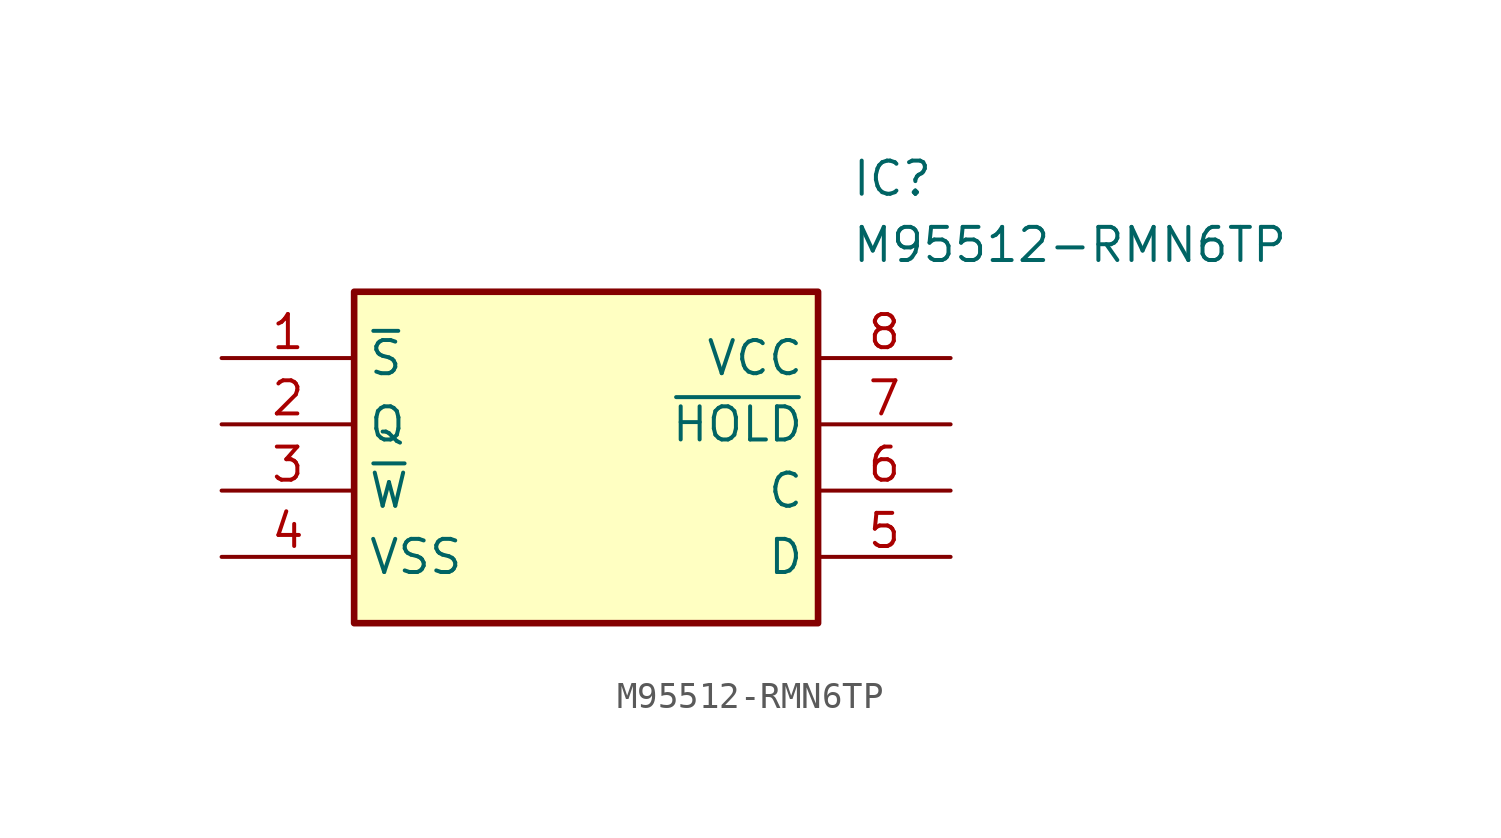
<source format=kicad_sym>
(kicad_symbol_lib
  (version 20211014)
  (generator SamacSys_ECAD_Model)
  (symbol "M95512-RMN6TP"
    (property "Reference" "IC"
      (at 24.13 7.62 0)
      (effects (font (size 1.27 1.27)) (justify left top)))
    (property "Value" "M95512-RMN6TP"
      (at 24.13 5.08 0)
      (effects (font (size 1.27 1.27)) (justify left top)))
    (rectangle
      (start 5.08 2.54)
      (end 22.86 -10.16)
      (stroke (width 0.254) (type default))
      (fill (type background)))
    (pin passive line
      (at 0 0 0)
      (length 5.08)
      (name "~{S}" (effects (font (size 1.27 1.27))))
      (number "1" (effects (font (size 1.27 1.27)))))
    (pin passive line
      (at 0 -2.54 0)
      (length 5.08)
      (name "Q" (effects (font (size 1.27 1.27))))
      (number "2" (effects (font (size 1.27 1.27)))))
    (pin passive line
      (at 0 -5.08 0)
      (length 5.08)
      (name "~{W}" (effects (font (size 1.27 1.27))))
      (number "3" (effects (font (size 1.27 1.27)))))
    (pin passive line
      (at 0 -7.62 0)
      (length 5.08)
      (name "VSS" (effects (font (size 1.27 1.27))))
      (number "4" (effects (font (size 1.27 1.27)))))
    (pin passive line
      (at 27.94 0 180)
      (length 5.08)
      (name "VCC" (effects (font (size 1.27 1.27))))
      (number "8" (effects (font (size 1.27 1.27)))))
    (pin passive line
      (at 27.94 -2.54 180)
      (length 5.08)
      (name "~{HOLD}" (effects (font (size 1.27 1.27))))
      (number "7" (effects (font (size 1.27 1.27)))))
    (pin passive line
      (at 27.94 -5.08 180)
      (length 5.08)
      (name "C" (effects (font (size 1.27 1.27))))
      (number "6" (effects (font (size 1.27 1.27)))))
    (pin passive line
      (at 27.94 -7.62 180)
      (length 5.08)
      (name "D" (effects (font (size 1.27 1.27))))
      (number "5" (effects (font (size 1.27 1.27)))))))
</source>
